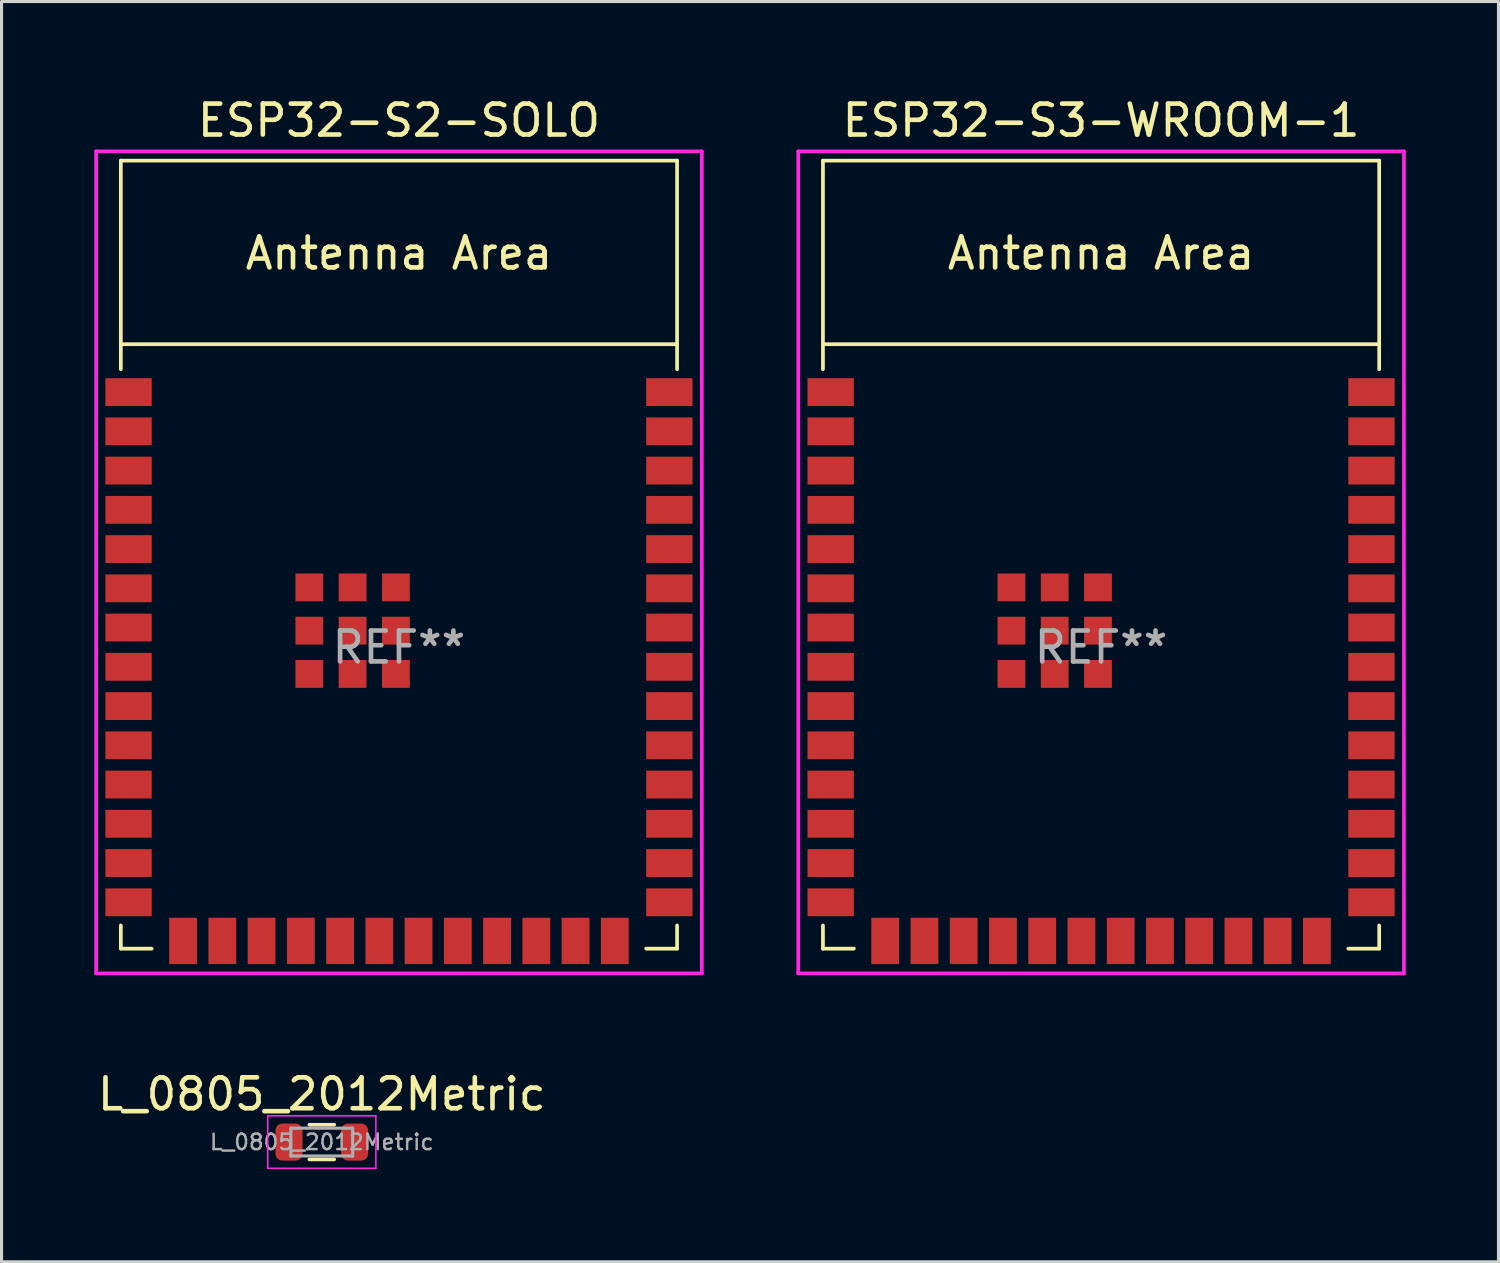
<source format=kicad_pcb>
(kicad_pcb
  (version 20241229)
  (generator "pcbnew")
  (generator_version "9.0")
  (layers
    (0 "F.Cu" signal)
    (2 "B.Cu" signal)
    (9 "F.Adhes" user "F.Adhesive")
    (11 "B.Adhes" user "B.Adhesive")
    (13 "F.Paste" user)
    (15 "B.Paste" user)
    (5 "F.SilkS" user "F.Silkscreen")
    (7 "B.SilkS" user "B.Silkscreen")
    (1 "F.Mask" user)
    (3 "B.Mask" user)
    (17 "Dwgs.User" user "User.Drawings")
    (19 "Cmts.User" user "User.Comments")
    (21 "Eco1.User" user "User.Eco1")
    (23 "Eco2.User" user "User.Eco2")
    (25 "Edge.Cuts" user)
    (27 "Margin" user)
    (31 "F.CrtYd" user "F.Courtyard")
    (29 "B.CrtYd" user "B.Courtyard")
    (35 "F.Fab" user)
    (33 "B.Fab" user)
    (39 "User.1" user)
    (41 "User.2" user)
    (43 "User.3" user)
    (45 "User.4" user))
  (footprint "ESP32-S2-SOLO"
    (layer "F.Cu")
    (at 9.86 17.898)
    (property "Reference" "ESP32-S2-SOLO" (at 0 -17.05 0) (layer "F.SilkS") (effects (font (size 1 1) (thickness 0.15))))
    (attr smd)
    (fp_line (start -9 -15.75) (end -9 -9) (stroke (width 0.12) (type solid)) (layer "F.SilkS"))
    (fp_line (start -9 -15.75) (end 9 -15.75) (stroke (width 0.12) (type solid)) (layer "F.SilkS"))
    (fp_line (start -9 9) (end -9 9.75) (stroke (width 0.12) (type solid)) (layer "F.SilkS"))
    (fp_line (start -9 9.75) (end -8 9.75) (stroke (width 0.12) (type solid)) (layer "F.SilkS"))
    (fp_line (start 9 -15.75) (end 9 -9) (stroke (width 0.12) (type solid)) (layer "F.SilkS"))
    (fp_line (start 9 -9.81) (end -9 -9.81) (stroke (width 0.12) (type solid)) (layer "F.SilkS"))
    (fp_line (start 9 9) (end 9 9.75) (stroke (width 0.12) (type solid)) (layer "F.SilkS"))
    (fp_line (start 9 9.75) (end 8 9.75) (stroke (width 0.12) (type solid)) (layer "F.SilkS"))
    (fp_line (start -9 -15.75) (end 9 -15.75) (stroke (width 0.12) (type solid)) (layer "Eco2.User"))
    (fp_line (start -9 -9.81) (end 9 -9.81) (stroke (width 0.12) (type solid)) (layer "Eco2.User"))
    (fp_line (start -9 9.75) (end -9 -15.75) (stroke (width 0.12) (type solid)) (layer "Eco2.User"))
    (fp_line (start 9 -15.75) (end 9 9.75) (stroke (width 0.12) (type solid)) (layer "Eco2.User"))
    (fp_line (start 9 9.75) (end -9 9.75) (stroke (width 0.12) (type solid)) (layer "Eco2.User"))
    (fp_line (start -9.8 -16.05) (end -9.8 10.55) (stroke (width 0.12) (type solid)) (layer "F.CrtYd"))
    (fp_line (start -9.8 10.55) (end 9.8 10.55) (stroke (width 0.12) (type solid)) (layer "F.CrtYd"))
    (fp_line (start 9.8 -16.05) (end -9.8 -16.05) (stroke (width 0.12) (type solid)) (layer "F.CrtYd"))
    (fp_line (start 9.8 -16.05) (end 9.8 10.55) (stroke (width 0.12) (type solid)) (layer "F.CrtYd"))
    (fp_text user "Antenna Area" (at 0 -12.75 0) (layer "F.SilkS") (effects (font (size 1 1) (thickness 0.15))))
    (fp_text user "Antenna Area" (at 0 -12.75 0) (layer "Eco2.User") (effects (font (size 1 1) (thickness 0.15))))
    (fp_text user "REF**" (at 0 0 0) (layer "F.Fab") (effects (font (size 1 1) (thickness 0.15))))
    (pad "1" smd rect (at -8.75 -8.26) (size 1.5 0.9) (layers "F.Cu" "F.Mask" "F.Paste"))
    (pad "2" smd rect (at -8.75 -6.99) (size 1.5 0.9) (layers "F.Cu" "F.Mask" "F.Paste"))
    (pad "3" smd rect (at -8.75 -5.72) (size 1.5 0.9) (layers "F.Cu" "F.Mask" "F.Paste"))
    (pad "4" smd rect (at -8.75 -4.45) (size 1.5 0.9) (layers "F.Cu" "F.Mask" "F.Paste"))
    (pad "5" smd rect (at -8.75 -3.18) (size 1.5 0.9) (layers "F.Cu" "F.Mask" "F.Paste"))
    (pad "6" smd rect (at -8.75 -1.91) (size 1.5 0.9) (layers "F.Cu" "F.Mask" "F.Paste"))
    (pad "7" smd rect (at -8.75 -0.64) (size 1.5 0.9) (layers "F.Cu" "F.Mask" "F.Paste"))
    (pad "8" smd rect (at -8.75 0.63) (size 1.5 0.9) (layers "F.Cu" "F.Mask" "F.Paste"))
    (pad "9" smd rect (at -8.75 1.9) (size 1.5 0.9) (layers "F.Cu" "F.Mask" "F.Paste"))
    (pad "10" smd rect (at -8.75 3.17) (size 1.5 0.9) (layers "F.Cu" "F.Mask" "F.Paste"))
    (pad "11" smd rect (at -8.75 4.44) (size 1.5 0.9) (layers "F.Cu" "F.Mask" "F.Paste"))
    (pad "12" smd rect (at -8.75 5.71) (size 1.5 0.9) (layers "F.Cu" "F.Mask" "F.Paste"))
    (pad "13" smd rect (at -8.75 6.98) (size 1.5 0.9) (layers "F.Cu" "F.Mask" "F.Paste"))
    (pad "14" smd rect (at -8.75 8.25) (size 1.5 0.9) (layers "F.Cu" "F.Mask" "F.Paste"))
    (pad "15" smd rect (at -6.985 9.5 90) (size 1.5 0.9) (layers "F.Cu" "F.Mask" "F.Paste"))
    (pad "16" smd rect (at -5.715 9.5 90) (size 1.5 0.9) (layers "F.Cu" "F.Mask" "F.Paste"))
    (pad "17" smd rect (at -4.445 9.5 90) (size 1.5 0.9) (layers "F.Cu" "F.Mask" "F.Paste"))
    (pad "18" smd rect (at -3.175 9.5 90) (size 1.5 0.9) (layers "F.Cu" "F.Mask" "F.Paste"))
    (pad "19" smd rect (at -1.905 9.5 90) (size 1.5 0.9) (layers "F.Cu" "F.Mask" "F.Paste"))
    (pad "20" smd rect (at -0.635 9.5 90) (size 1.5 0.9) (layers "F.Cu" "F.Mask" "F.Paste"))
    (pad "21" smd rect (at 0.635 9.5 90) (size 1.5 0.9) (layers "F.Cu" "F.Mask" "F.Paste"))
    (pad "22" smd rect (at 1.905 9.5 90) (size 1.5 0.9) (layers "F.Cu" "F.Mask" "F.Paste"))
    (pad "23" smd rect (at 3.175 9.5 90) (size 1.5 0.9) (layers "F.Cu" "F.Mask" "F.Paste"))
    (pad "24" smd rect (at 4.445 9.5 90) (size 1.5 0.9) (layers "F.Cu" "F.Mask" "F.Paste"))
    (pad "25" smd rect (at 5.715 9.5 90) (size 1.5 0.9) (layers "F.Cu" "F.Mask" "F.Paste"))
    (pad "26" smd rect (at 6.985 9.5 90) (size 1.5 0.9) (layers "F.Cu" "F.Mask" "F.Paste"))
    (pad "27" smd rect (at 8.75 8.25 180) (size 1.5 0.9) (layers "F.Cu" "F.Mask" "F.Paste"))
    (pad "28" smd rect (at 8.75 6.98 180) (size 1.5 0.9) (layers "F.Cu" "F.Mask" "F.Paste"))
    (pad "29" smd rect (at 8.75 5.71 180) (size 1.5 0.9) (layers "F.Cu" "F.Mask" "F.Paste"))
    (pad "30" smd rect (at 8.75 4.44 180) (size 1.5 0.9) (layers "F.Cu" "F.Mask" "F.Paste"))
    (pad "31" smd rect (at 8.75 3.17 180) (size 1.5 0.9) (layers "F.Cu" "F.Mask" "F.Paste"))
    (pad "32" smd rect (at 8.75 1.9 180) (size 1.5 0.9) (layers "F.Cu" "F.Mask" "F.Paste"))
    (pad "33" smd rect (at 8.75 0.63 180) (size 1.5 0.9) (layers "F.Cu" "F.Mask" "F.Paste"))
    (pad "34" smd rect (at 8.75 -0.64 180) (size 1.5 0.9) (layers "F.Cu" "F.Mask" "F.Paste"))
    (pad "35" smd rect (at 8.75 -1.91 180) (size 1.5 0.9) (layers "F.Cu" "F.Mask" "F.Paste"))
    (pad "36" smd rect (at 8.75 -3.18 180) (size 1.5 0.9) (layers "F.Cu" "F.Mask" "F.Paste"))
    (pad "37" smd rect (at 8.75 -4.45 180) (size 1.5 0.9) (layers "F.Cu" "F.Mask" "F.Paste"))
    (pad "38" smd rect (at 8.75 -5.72 180) (size 1.5 0.9) (layers "F.Cu" "F.Mask" "F.Paste"))
    (pad "39" smd rect (at 8.75 -6.99 180) (size 1.5 0.9) (layers "F.Cu" "F.Mask" "F.Paste"))
    (pad "40" smd rect (at 8.75 -8.26 180) (size 1.5 0.9) (layers "F.Cu" "F.Mask" "F.Paste"))
    (pad "41" smd rect (at -2.9 -1.94 180) (size 0.9 0.9) (layers "F.Cu" "F.Mask" "F.Paste"))
    (pad "41" smd rect (at -2.9 -0.54 180) (size 0.9 0.9) (layers "F.Cu" "F.Mask" "F.Paste"))
    (pad "41" smd rect (at -2.9 0.86 180) (size 0.9 0.9) (layers "F.Cu" "F.Mask" "F.Paste"))
    (pad "41" smd rect (at -1.5 -1.94 180) (size 0.9 0.9) (layers "F.Cu" "F.Mask" "F.Paste"))
    (pad "41" smd rect (at -1.5 -0.54 180) (size 0.9 0.9) (layers "F.Cu" "F.Mask" "F.Paste"))
    (pad "41" smd rect (at -1.5 0.86 180) (size 0.9 0.9) (layers "F.Cu" "F.Mask" "F.Paste"))
    (pad "41" smd rect (at -0.1 -1.94 180) (size 0.9 0.9) (layers "F.Cu" "F.Mask" "F.Paste"))
    (pad "41" smd rect (at -0.1 -0.54 180) (size 0.9 0.9) (layers "F.Cu" "F.Mask" "F.Paste"))
    (pad "41" smd rect (at -0.1 0.86 180) (size 0.9 0.9) (layers "F.Cu" "F.Mask" "F.Paste")))
  (footprint "ESP32-S3-WROOM-1"
    (layer "F.Cu")
    (at 32.58 17.898)
    (property "Reference" "ESP32-S3-WROOM-1" (at 0 -17.05 0) (layer "F.SilkS") (effects (font (size 1 1) (thickness 0.15))))
    (attr smd)
    (fp_line (start -9 -15.75) (end -9 -9) (stroke (width 0.12) (type solid)) (layer "F.SilkS"))
    (fp_line (start -9 -15.75) (end 9 -15.75) (stroke (width 0.12) (type solid)) (layer "F.SilkS"))
    (fp_line (start -9 9) (end -9 9.75) (stroke (width 0.12) (type solid)) (layer "F.SilkS"))
    (fp_line (start -9 9.75) (end -8 9.75) (stroke (width 0.12) (type solid)) (layer "F.SilkS"))
    (fp_line (start 9 -15.75) (end 9 -9) (stroke (width 0.12) (type solid)) (layer "F.SilkS"))
    (fp_line (start 9 -9.81) (end -9 -9.81) (stroke (width 0.12) (type solid)) (layer "F.SilkS"))
    (fp_line (start 9 9) (end 9 9.75) (stroke (width 0.12) (type solid)) (layer "F.SilkS"))
    (fp_line (start 9 9.75) (end 8 9.75) (stroke (width 0.12) (type solid)) (layer "F.SilkS"))
    (fp_line (start -9 -15.75) (end 9 -15.75) (stroke (width 0.12) (type solid)) (layer "Eco2.User"))
    (fp_line (start -9 -9.81) (end 9 -9.81) (stroke (width 0.12) (type solid)) (layer "Eco2.User"))
    (fp_line (start -9 9.75) (end -9 -15.75) (stroke (width 0.12) (type solid)) (layer "Eco2.User"))
    (fp_line (start 9 -15.75) (end 9 9.75) (stroke (width 0.12) (type solid)) (layer "Eco2.User"))
    (fp_line (start 9 9.75) (end -9 9.75) (stroke (width 0.12) (type solid)) (layer "Eco2.User"))
    (fp_line (start -9.8 -16.05) (end -9.8 10.55) (stroke (width 0.12) (type solid)) (layer "F.CrtYd"))
    (fp_line (start -9.8 10.55) (end 9.8 10.55) (stroke (width 0.12) (type solid)) (layer "F.CrtYd"))
    (fp_line (start 9.8 -16.05) (end -9.8 -16.05) (stroke (width 0.12) (type solid)) (layer "F.CrtYd"))
    (fp_line (start 9.8 -16.05) (end 9.8 10.55) (stroke (width 0.12) (type solid)) (layer "F.CrtYd"))
    (fp_text user "Antenna Area" (at 0 -12.75 0) (layer "F.SilkS") (effects (font (size 1 1) (thickness 0.15))))
    (fp_text user "Antenna Area" (at 0 -12.75 0) (layer "Eco2.User") (effects (font (size 1 1) (thickness 0.15))))
    (fp_text user "REF**" (at 0 0 0) (layer "F.Fab") (effects (font (size 1 1) (thickness 0.15))))
    (pad "1" smd rect (at -8.75 -8.26) (size 1.5 0.9) (layers "F.Cu" "F.Mask" "F.Paste"))
    (pad "2" smd rect (at -8.75 -6.99) (size 1.5 0.9) (layers "F.Cu" "F.Mask" "F.Paste"))
    (pad "3" smd rect (at -8.75 -5.72) (size 1.5 0.9) (layers "F.Cu" "F.Mask" "F.Paste"))
    (pad "4" smd rect (at -8.75 -4.45) (size 1.5 0.9) (layers "F.Cu" "F.Mask" "F.Paste"))
    (pad "5" smd rect (at -8.75 -3.18) (size 1.5 0.9) (layers "F.Cu" "F.Mask" "F.Paste"))
    (pad "6" smd rect (at -8.75 -1.91) (size 1.5 0.9) (layers "F.Cu" "F.Mask" "F.Paste"))
    (pad "7" smd rect (at -8.75 -0.64) (size 1.5 0.9) (layers "F.Cu" "F.Mask" "F.Paste"))
    (pad "8" smd rect (at -8.75 0.63) (size 1.5 0.9) (layers "F.Cu" "F.Mask" "F.Paste"))
    (pad "9" smd rect (at -8.75 1.9) (size 1.5 0.9) (layers "F.Cu" "F.Mask" "F.Paste"))
    (pad "10" smd rect (at -8.75 3.17) (size 1.5 0.9) (layers "F.Cu" "F.Mask" "F.Paste"))
    (pad "11" smd rect (at -8.75 4.44) (size 1.5 0.9) (layers "F.Cu" "F.Mask" "F.Paste"))
    (pad "12" smd rect (at -8.75 5.71) (size 1.5 0.9) (layers "F.Cu" "F.Mask" "F.Paste"))
    (pad "13" smd rect (at -8.75 6.98) (size 1.5 0.9) (layers "F.Cu" "F.Mask" "F.Paste"))
    (pad "14" smd rect (at -8.75 8.25) (size 1.5 0.9) (layers "F.Cu" "F.Mask" "F.Paste"))
    (pad "15" smd rect (at -6.985 9.5 90) (size 1.5 0.9) (layers "F.Cu" "F.Mask" "F.Paste"))
    (pad "16" smd rect (at -5.715 9.5 90) (size 1.5 0.9) (layers "F.Cu" "F.Mask" "F.Paste"))
    (pad "17" smd rect (at -4.445 9.5 90) (size 1.5 0.9) (layers "F.Cu" "F.Mask" "F.Paste"))
    (pad "18" smd rect (at -3.175 9.5 90) (size 1.5 0.9) (layers "F.Cu" "F.Mask" "F.Paste"))
    (pad "19" smd rect (at -1.905 9.5 90) (size 1.5 0.9) (layers "F.Cu" "F.Mask" "F.Paste"))
    (pad "20" smd rect (at -0.635 9.5 90) (size 1.5 0.9) (layers "F.Cu" "F.Mask" "F.Paste"))
    (pad "21" smd rect (at 0.635 9.5 90) (size 1.5 0.9) (layers "F.Cu" "F.Mask" "F.Paste"))
    (pad "22" smd rect (at 1.905 9.5 90) (size 1.5 0.9) (layers "F.Cu" "F.Mask" "F.Paste"))
    (pad "23" smd rect (at 3.175 9.5 90) (size 1.5 0.9) (layers "F.Cu" "F.Mask" "F.Paste"))
    (pad "24" smd rect (at 4.445 9.5 90) (size 1.5 0.9) (layers "F.Cu" "F.Mask" "F.Paste"))
    (pad "25" smd rect (at 5.715 9.5 90) (size 1.5 0.9) (layers "F.Cu" "F.Mask" "F.Paste"))
    (pad "26" smd rect (at 6.985 9.5 90) (size 1.5 0.9) (layers "F.Cu" "F.Mask" "F.Paste"))
    (pad "27" smd rect (at 8.75 8.25 180) (size 1.5 0.9) (layers "F.Cu" "F.Mask" "F.Paste"))
    (pad "28" smd rect (at 8.75 6.98 180) (size 1.5 0.9) (layers "F.Cu" "F.Mask" "F.Paste"))
    (pad "29" smd rect (at 8.75 5.71 180) (size 1.5 0.9) (layers "F.Cu" "F.Mask" "F.Paste"))
    (pad "30" smd rect (at 8.75 4.44 180) (size 1.5 0.9) (layers "F.Cu" "F.Mask" "F.Paste"))
    (pad "31" smd rect (at 8.75 3.17 180) (size 1.5 0.9) (layers "F.Cu" "F.Mask" "F.Paste"))
    (pad "32" smd rect (at 8.75 1.9 180) (size 1.5 0.9) (layers "F.Cu" "F.Mask" "F.Paste"))
    (pad "33" smd rect (at 8.75 0.63 180) (size 1.5 0.9) (layers "F.Cu" "F.Mask" "F.Paste"))
    (pad "34" smd rect (at 8.75 -0.64 180) (size 1.5 0.9) (layers "F.Cu" "F.Mask" "F.Paste"))
    (pad "35" smd rect (at 8.75 -1.91 180) (size 1.5 0.9) (layers "F.Cu" "F.Mask" "F.Paste"))
    (pad "36" smd rect (at 8.75 -3.18 180) (size 1.5 0.9) (layers "F.Cu" "F.Mask" "F.Paste"))
    (pad "37" smd rect (at 8.75 -4.45 180) (size 1.5 0.9) (layers "F.Cu" "F.Mask" "F.Paste"))
    (pad "38" smd rect (at 8.75 -5.72 180) (size 1.5 0.9) (layers "F.Cu" "F.Mask" "F.Paste"))
    (pad "39" smd rect (at 8.75 -6.99 180) (size 1.5 0.9) (layers "F.Cu" "F.Mask" "F.Paste"))
    (pad "40" smd rect (at 8.75 -8.26 180) (size 1.5 0.9) (layers "F.Cu" "F.Mask" "F.Paste"))
    (pad "41" smd rect (at -2.9 -1.94 180) (size 0.9 0.9) (layers "F.Cu" "F.Mask" "F.Paste"))
    (pad "41" smd rect (at -2.9 -0.54 180) (size 0.9 0.9) (layers "F.Cu" "F.Mask" "F.Paste"))
    (pad "41" smd rect (at -2.9 0.86 180) (size 0.9 0.9) (layers "F.Cu" "F.Mask" "F.Paste"))
    (pad "41" smd rect (at -1.5 -1.94 180) (size 0.9 0.9) (layers "F.Cu" "F.Mask" "F.Paste"))
    (pad "41" smd rect (at -1.5 -0.54 180) (size 0.9 0.9) (layers "F.Cu" "F.Mask" "F.Paste"))
    (pad "41" smd rect (at -1.5 0.86 180) (size 0.9 0.9) (layers "F.Cu" "F.Mask" "F.Paste"))
    (pad "41" smd rect (at -0.1 -1.94 180) (size 0.9 0.9) (layers "F.Cu" "F.Mask" "F.Paste"))
    (pad "41" smd rect (at -0.1 -0.54 180) (size 0.9 0.9) (layers "F.Cu" "F.Mask" "F.Paste"))
    (pad "41" smd rect (at -0.1 0.86 180) (size 0.9 0.9) (layers "F.Cu" "F.Mask" "F.Paste")))
  (footprint "L_0805_2012Metric"
    (layer "F.Cu")
    (at 7.363 33.907)
    (property "Reference" "L_0805_2012Metric" (at 0 -1.55 0) (layer "F.SilkS") (effects (font (size 1 1) (thickness 0.15))))
    (attr smd)
    (fp_line (start -0.4 -0.56) (end 0.4 -0.56) (stroke (width 0.12) (type solid)) (layer "F.SilkS"))
    (fp_line (start -0.4 0.56) (end 0.4 0.56) (stroke (width 0.12) (type solid)) (layer "F.SilkS"))
    (fp_line (start -1.75 -0.85) (end 1.75 -0.85) (stroke (width 0.05) (type solid)) (layer "F.CrtYd"))
    (fp_line (start -1.75 0.85) (end -1.75 -0.85) (stroke (width 0.05) (type solid)) (layer "F.CrtYd"))
    (fp_line (start 1.75 -0.85) (end 1.75 0.85) (stroke (width 0.05) (type solid)) (layer "F.CrtYd"))
    (fp_line (start 1.75 0.85) (end -1.75 0.85) (stroke (width 0.05) (type solid)) (layer "F.CrtYd"))
    (fp_line (start -1 -0.45) (end 1 -0.45) (stroke (width 0.1) (type solid)) (layer "F.Fab"))
    (fp_line (start -1 0.45) (end -1 -0.45) (stroke (width 0.1) (type solid)) (layer "F.Fab"))
    (fp_line (start 1 -0.45) (end 1 0.45) (stroke (width 0.1) (type solid)) (layer "F.Fab"))
    (fp_line (start 1 0.45) (end -1 0.45) (stroke (width 0.1) (type solid)) (layer "F.Fab"))
    (fp_text user "${REFERENCE}" (at 0 0 0) (layer "F.Fab") (effects (font (size 0.5 0.5) (thickness 0.08))))
    (pad "1" smd roundrect (at -1.062 0) (size 0.875 1.2) (layers "F.Cu" "F.Mask" "F.Paste") (roundrect_rratio 0.25))
    (pad "2" smd roundrect (at 1.062 0) (size 0.875 1.2) (layers "F.Cu" "F.Mask" "F.Paste") (roundrect_rratio 0.25)))
  (gr_rect
    (start -3 -3)
    (end 45.44 37.782)
    (stroke (width 0.1) (type default))
    (fill no)
    (layer "Edge.Cuts")))
</source>
